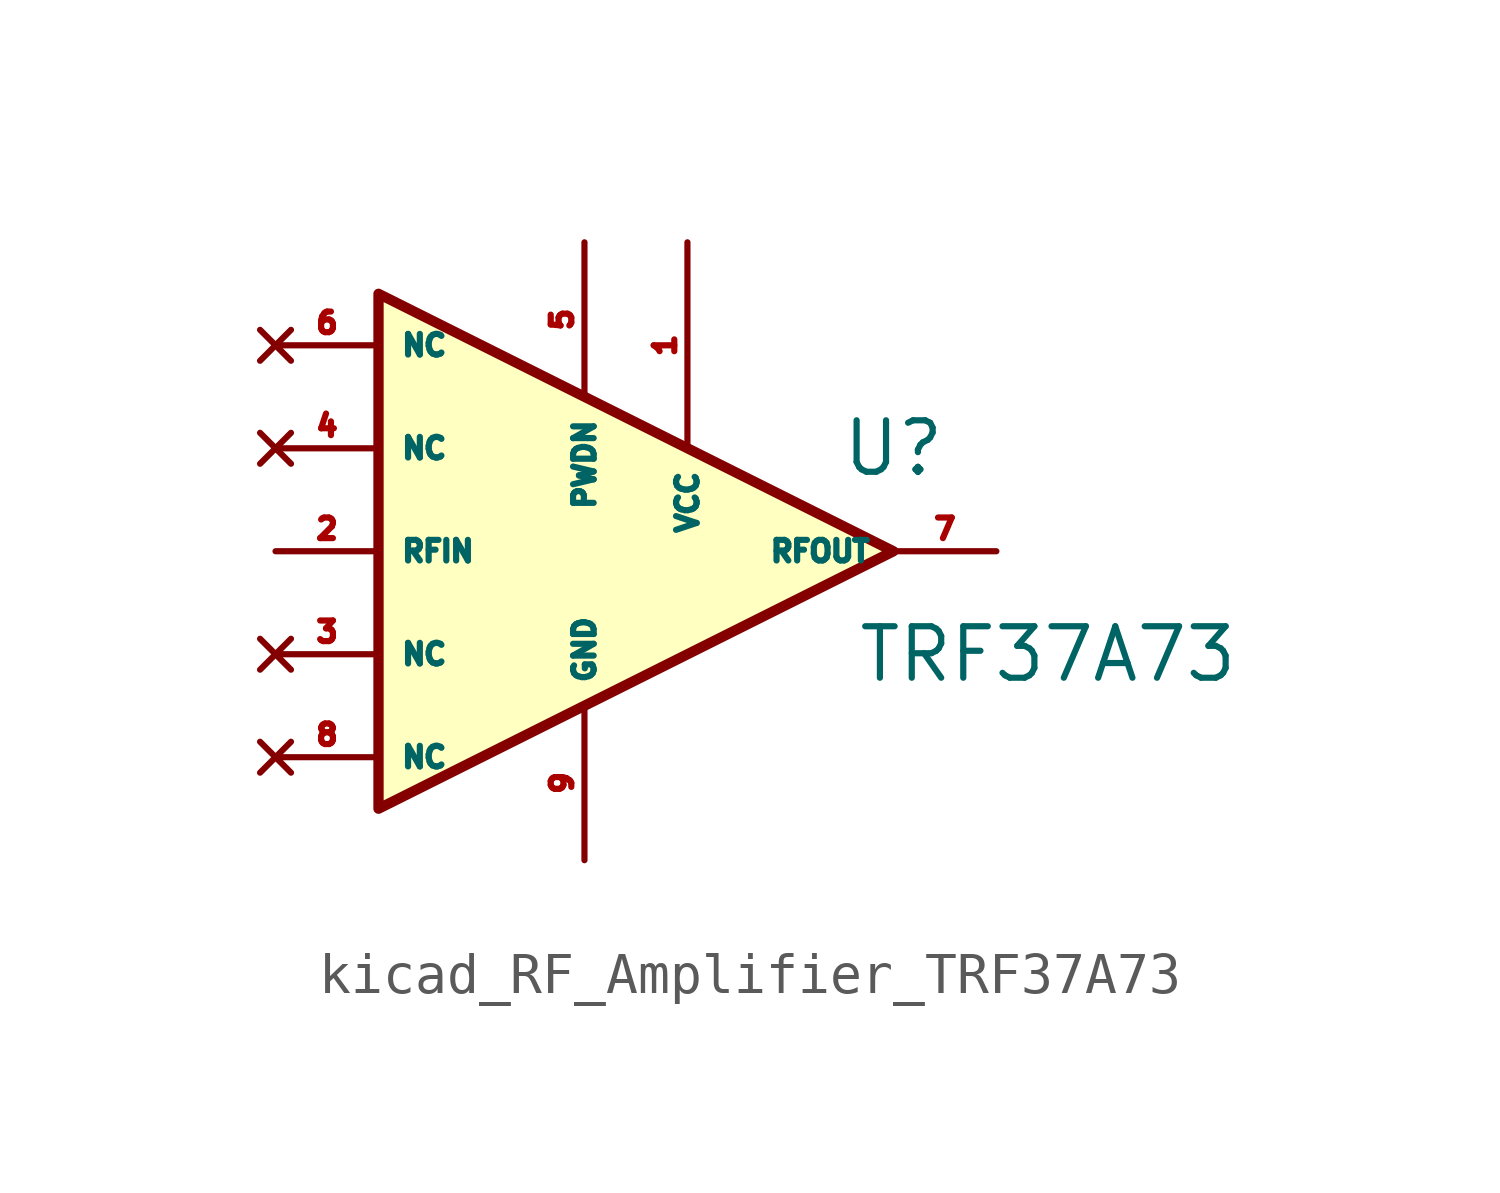
<source format=kicad_sym>
(kicad_symbol_lib
  (version 20220914)
  (generator kicad_symbol_editor)
  (symbol "kicad_RF_Amplifier_TRF37A73"
    (property "Reference" "U"
      (at 7.62 2.54 0)
      (effects (font (size 1.27 1.27))))
    (property "Value" "TRF37A73"
      (at 11.43 -2.54 0)
      (effects (font (size 1.27 1.27))))
    (symbol "kicad_RF_Amplifier_TRF37A73_1_1"
      (polyline (pts (xy -5.08 6.35) (xy -5.08 0) (xy -5.08 -6.35) (xy 7.62 0) (xy -5.08 6.35)) (stroke (width 0.254) (type default)) (fill (type background)))
      (pin power_in line (at 2.54 7.62 270) (length 5.08) (name "VCC" (effects (font (size 0.508 0.508)))) (number "1" (effects (font (size 0.508 0.508)))))
      (pin input line (at -7.62 0 0) (length 2.54) (name "RFIN" (effects (font (size 0.508 0.508)))) (number "2" (effects (font (size 0.508 0.508)))))
      (pin no_connect line (at -7.62 -2.54 0) (length 2.54) (name "NC" (effects (font (size 0.508 0.508)))) (number "3" (effects (font (size 0.508 0.508)))))
      (pin no_connect line (at -7.62 2.54 0) (length 2.54) (name "NC" (effects (font (size 0.508 0.508)))) (number "4" (effects (font (size 0.508 0.508)))))
      (pin passive line (at 0 7.62 270) (length 3.81) (name "PWDN" (effects (font (size 0.508 0.508)))) (number "5" (effects (font (size 0.508 0.508)))))
      (pin no_connect line (at -7.62 5.08 0) (length 2.54) (name "NC" (effects (font (size 0.508 0.508)))) (number "6" (effects (font (size 0.508 0.508)))))
      (pin output line (at 10.16 0 180) (length 2.54) (name "RFOUT" (effects (font (size 0.508 0.508)))) (number "7" (effects (font (size 0.508 0.508)))))
      (pin no_connect line (at -7.62 -5.08 0) (length 2.54) (name "NC" (effects (font (size 0.508 0.508)))) (number "8" (effects (font (size 0.508 0.508)))))
      (pin power_in line (at 0 -7.62 90) (length 3.81) (name "GND" (effects (font (size 0.508 0.508)))) (number "9" (effects (font (size 0.508 0.508))))))))
</source>
